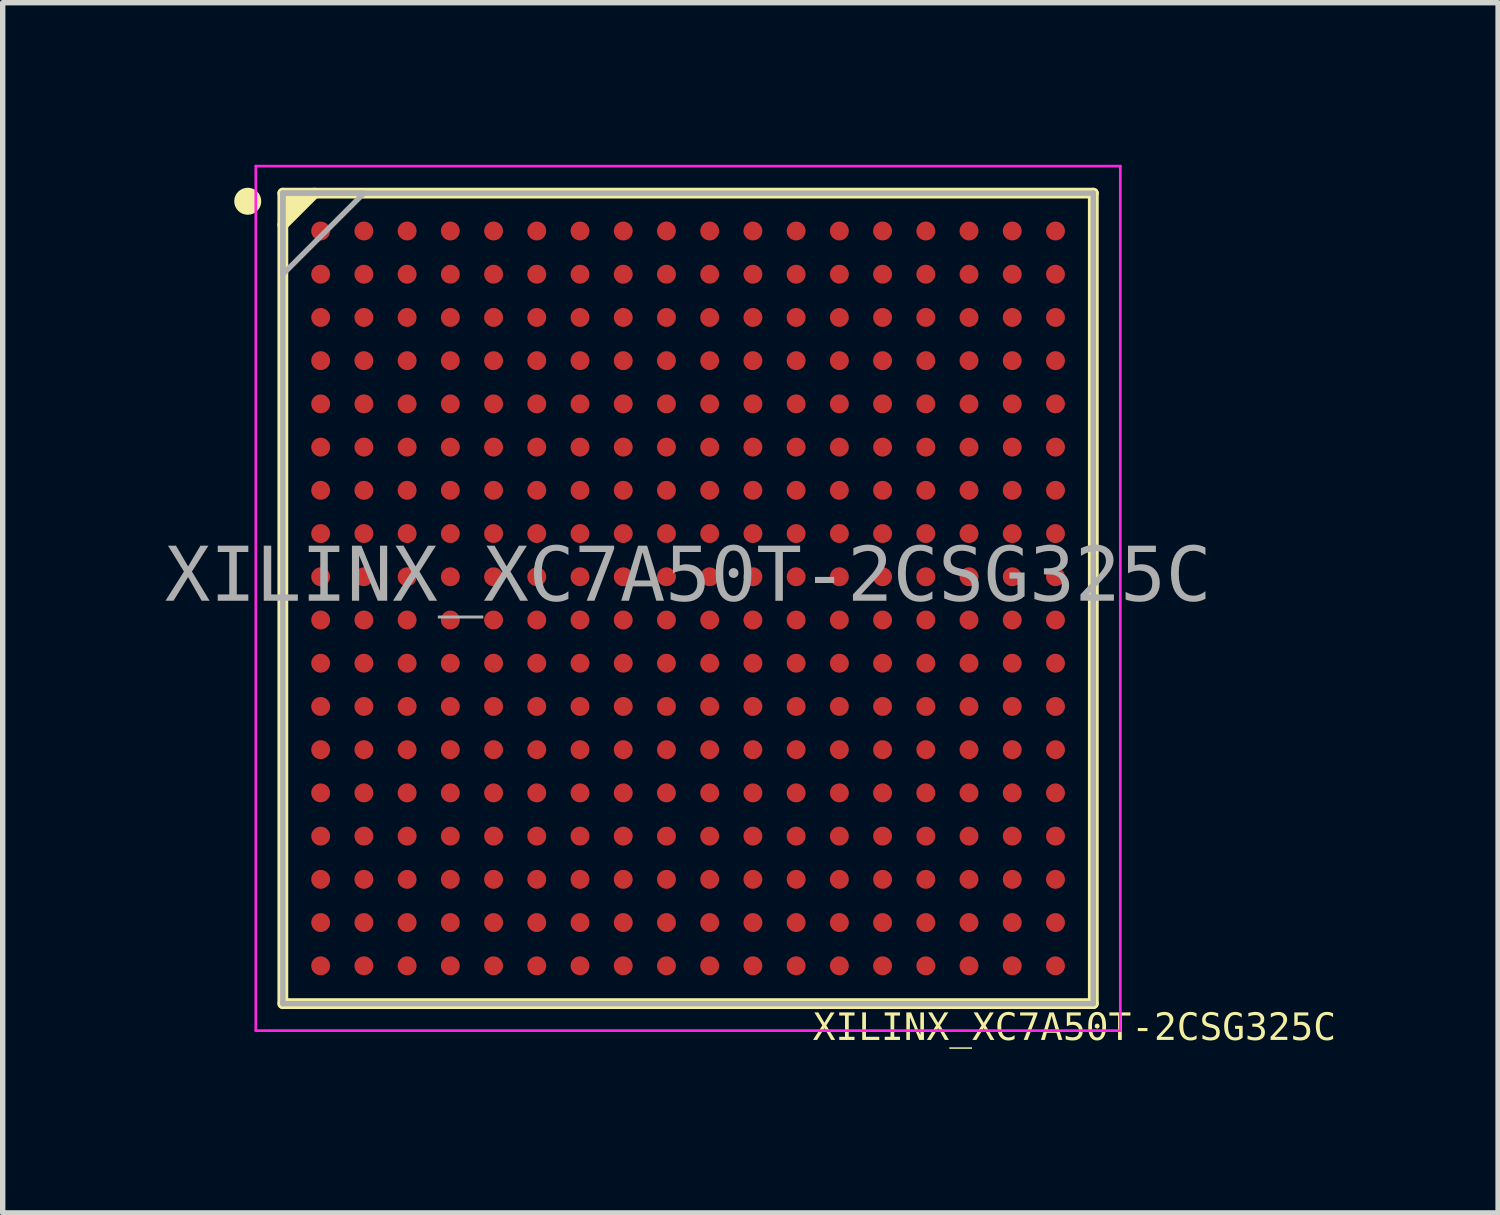
<source format=kicad_pcb>
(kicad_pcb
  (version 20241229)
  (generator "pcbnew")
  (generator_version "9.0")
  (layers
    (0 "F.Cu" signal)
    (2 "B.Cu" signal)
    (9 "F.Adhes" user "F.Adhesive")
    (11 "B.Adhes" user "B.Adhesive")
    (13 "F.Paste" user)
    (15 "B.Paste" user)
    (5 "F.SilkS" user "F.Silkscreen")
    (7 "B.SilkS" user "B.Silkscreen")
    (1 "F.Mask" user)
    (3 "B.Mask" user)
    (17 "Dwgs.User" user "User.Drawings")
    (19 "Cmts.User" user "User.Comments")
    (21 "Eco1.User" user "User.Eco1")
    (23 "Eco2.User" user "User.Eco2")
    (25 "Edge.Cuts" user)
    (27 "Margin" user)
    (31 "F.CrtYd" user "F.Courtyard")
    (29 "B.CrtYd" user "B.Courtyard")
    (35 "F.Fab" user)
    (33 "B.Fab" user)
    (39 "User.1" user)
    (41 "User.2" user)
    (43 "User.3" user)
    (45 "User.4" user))
  (footprint "XILINX_XC7A50T-2CSG325C"
    (layer "F.Cu")
    (at 9.685 8.025)
    (property "Reference" "XILINX_XC7A50T-2CSG325C" (at 7.15 7.965 0) (unlocked yes) (layer "F.SilkS") (effects (font (face "Consolas") (size 0.5 0.5) (thickness 0.125))))
    (fp_line (start -7.5 -7.5) (end -7.5 7.5) (stroke (width 0.2) (type solid)) (layer "F.SilkS"))
    (fp_line (start -7.5 -7.5) (end 7.5 -7.5) (stroke (width 0.2) (type solid)) (layer "F.SilkS"))
    (fp_line (start -7.5 7.5) (end 7.5 7.5) (stroke (width 0.2) (type solid)) (layer "F.SilkS"))
    (fp_line (start -6.913 -7.5) (end -7.5 -6.913) (stroke (width 0.2) (type solid)) (layer "F.SilkS"))
    (fp_line (start 7.5 -7.5) (end 7.5 7.5) (stroke (width 0.2) (type solid)) (layer "F.SilkS"))
    (fp_circle (center -8.15 -7.35) (end -8.025 -7.35) (stroke (width 0.25) (type solid)) (fill no) (layer "F.SilkS"))
    (fp_poly (pts (xy -6.913 -7.5) (xy -7.5 -6.913) (xy -7.5 -7.5)) (stroke (width 0) (type default)) (fill yes) (layer "F.SilkS"))
    (fp_line (start -8 -8) (end -8 8) (stroke (width 0.05) (type solid)) (layer "F.CrtYd"))
    (fp_line (start -8 -8) (end 8 -8) (stroke (width 0.05) (type solid)) (layer "F.CrtYd"))
    (fp_line (start -8 8) (end 8 8) (stroke (width 0.05) (type solid)) (layer "F.CrtYd"))
    (fp_line (start 8 -8) (end 8 8) (stroke (width 0.05) (type solid)) (layer "F.CrtYd"))
    (fp_line (start -7.5 -7.5) (end -7.5 7.5) (stroke (width 0.1) (type solid)) (layer "F.Fab"))
    (fp_line (start -7.5 -7.5) (end 7.5 -7.5) (stroke (width 0.1) (type solid)) (layer "F.Fab"))
    (fp_line (start -7.5 7.5) (end 7.5 7.5) (stroke (width 0.1) (type solid)) (layer "F.Fab"))
    (fp_line (start 7.5 -7.5) (end 7.5 7.5) (stroke (width 0.1) (type solid)) (layer "F.Fab"))
    (fp_poly (pts (xy -7.5 -6) (xy -6 -7.5) (xy -7.5 -7.5)) (stroke (width 0.1) (type default)) (fill no) (layer "F.Fab"))
    (fp_line (start -0.5 0) (end 0.5 0) (stroke (width 0.1) (type solid)) (layer "User.1"))
    (fp_line (start 0 -0.5) (end 0 0.5) (stroke (width 0.1) (type solid)) (layer "User.1"))
    (fp_text user "${REFERENCE}" (at 0 -0.371 0) (unlocked yes) (layer "F.Fab") (effects (font (face "Consolas") (size 1 1) (thickness 0.254))))
    (pad "A1" smd circle (at -6.8 -6.8) (size 0.35 0.35) (layers "F.Cu" "F.Mask" "F.Paste"))
    (pad "A2" smd circle (at -6 -6.8) (size 0.35 0.35) (layers "F.Cu" "F.Mask" "F.Paste"))
    (pad "A3" smd circle (at -5.2 -6.8) (size 0.35 0.35) (layers "F.Cu" "F.Mask" "F.Paste"))
    (pad "A4" smd circle (at -4.4 -6.8) (size 0.35 0.35) (layers "F.Cu" "F.Mask" "F.Paste"))
    (pad "A5" smd circle (at -3.6 -6.8) (size 0.35 0.35) (layers "F.Cu" "F.Mask" "F.Paste"))
    (pad "A6" smd circle (at -2.8 -6.8) (size 0.35 0.35) (layers "F.Cu" "F.Mask" "F.Paste"))
    (pad "A7" smd circle (at -2 -6.8) (size 0.35 0.35) (layers "F.Cu" "F.Mask" "F.Paste"))
    (pad "A8" smd circle (at -1.2 -6.8) (size 0.35 0.35) (layers "F.Cu" "F.Mask" "F.Paste"))
    (pad "A9" smd circle (at -0.4 -6.8) (size 0.35 0.35) (layers "F.Cu" "F.Mask" "F.Paste"))
    (pad "A10" smd circle (at 0.4 -6.8) (size 0.35 0.35) (layers "F.Cu" "F.Mask" "F.Paste"))
    (pad "A11" smd circle (at 1.2 -6.8) (size 0.35 0.35) (layers "F.Cu" "F.Mask" "F.Paste"))
    (pad "A12" smd circle (at 2 -6.8) (size 0.35 0.35) (layers "F.Cu" "F.Mask" "F.Paste"))
    (pad "A13" smd circle (at 2.8 -6.8) (size 0.35 0.35) (layers "F.Cu" "F.Mask" "F.Paste"))
    (pad "A14" smd circle (at 3.6 -6.8) (size 0.35 0.35) (layers "F.Cu" "F.Mask" "F.Paste"))
    (pad "A15" smd circle (at 4.4 -6.8) (size 0.35 0.35) (layers "F.Cu" "F.Mask" "F.Paste"))
    (pad "A16" smd circle (at 5.2 -6.8) (size 0.35 0.35) (layers "F.Cu" "F.Mask" "F.Paste"))
    (pad "A17" smd circle (at 6 -6.8) (size 0.35 0.35) (layers "F.Cu" "F.Mask" "F.Paste"))
    (pad "A18" smd circle (at 6.8 -6.8) (size 0.35 0.35) (layers "F.Cu" "F.Mask" "F.Paste"))
    (pad "B1" smd circle (at -6.8 -6) (size 0.35 0.35) (layers "F.Cu" "F.Mask" "F.Paste"))
    (pad "B2" smd circle (at -6 -6) (size 0.35 0.35) (layers "F.Cu" "F.Mask" "F.Paste"))
    (pad "B3" smd circle (at -5.2 -6) (size 0.35 0.35) (layers "F.Cu" "F.Mask" "F.Paste"))
    (pad "B4" smd circle (at -4.4 -6) (size 0.35 0.35) (layers "F.Cu" "F.Mask" "F.Paste"))
    (pad "B5" smd circle (at -3.6 -6) (size 0.35 0.35) (layers "F.Cu" "F.Mask" "F.Paste"))
    (pad "B6" smd circle (at -2.8 -6) (size 0.35 0.35) (layers "F.Cu" "F.Mask" "F.Paste"))
    (pad "B7" smd circle (at -2 -6) (size 0.35 0.35) (layers "F.Cu" "F.Mask" "F.Paste"))
    (pad "B8" smd circle (at -1.2 -6) (size 0.35 0.35) (layers "F.Cu" "F.Mask" "F.Paste"))
    (pad "B9" smd circle (at -0.4 -6) (size 0.35 0.35) (layers "F.Cu" "F.Mask" "F.Paste"))
    (pad "B10" smd circle (at 0.4 -6) (size 0.35 0.35) (layers "F.Cu" "F.Mask" "F.Paste"))
    (pad "B11" smd circle (at 1.2 -6) (size 0.35 0.35) (layers "F.Cu" "F.Mask" "F.Paste"))
    (pad "B12" smd circle (at 2 -6) (size 0.35 0.35) (layers "F.Cu" "F.Mask" "F.Paste"))
    (pad "B13" smd circle (at 2.8 -6) (size 0.35 0.35) (layers "F.Cu" "F.Mask" "F.Paste"))
    (pad "B14" smd circle (at 3.6 -6) (size 0.35 0.35) (layers "F.Cu" "F.Mask" "F.Paste"))
    (pad "B15" smd circle (at 4.4 -6) (size 0.35 0.35) (layers "F.Cu" "F.Mask" "F.Paste"))
    (pad "B16" smd circle (at 5.2 -6) (size 0.35 0.35) (layers "F.Cu" "F.Mask" "F.Paste"))
    (pad "B17" smd circle (at 6 -6) (size 0.35 0.35) (layers "F.Cu" "F.Mask" "F.Paste"))
    (pad "B18" smd circle (at 6.8 -6) (size 0.35 0.35) (layers "F.Cu" "F.Mask" "F.Paste"))
    (pad "C1" smd circle (at -6.8 -5.2) (size 0.35 0.35) (layers "F.Cu" "F.Mask" "F.Paste"))
    (pad "C2" smd circle (at -6 -5.2) (size 0.35 0.35) (layers "F.Cu" "F.Mask" "F.Paste"))
    (pad "C3" smd circle (at -5.2 -5.2) (size 0.35 0.35) (layers "F.Cu" "F.Mask" "F.Paste"))
    (pad "C4" smd circle (at -4.4 -5.2) (size 0.35 0.35) (layers "F.Cu" "F.Mask" "F.Paste"))
    (pad "C5" smd circle (at -3.6 -5.2) (size 0.35 0.35) (layers "F.Cu" "F.Mask" "F.Paste"))
    (pad "C6" smd circle (at -2.8 -5.2) (size 0.35 0.35) (layers "F.Cu" "F.Mask" "F.Paste"))
    (pad "C7" smd circle (at -2 -5.2) (size 0.35 0.35) (layers "F.Cu" "F.Mask" "F.Paste"))
    (pad "C8" smd circle (at -1.2 -5.2) (size 0.35 0.35) (layers "F.Cu" "F.Mask" "F.Paste"))
    (pad "C9" smd circle (at -0.4 -5.2) (size 0.35 0.35) (layers "F.Cu" "F.Mask" "F.Paste"))
    (pad "C10" smd circle (at 0.4 -5.2) (size 0.35 0.35) (layers "F.Cu" "F.Mask" "F.Paste"))
    (pad "C11" smd circle (at 1.2 -5.2) (size 0.35 0.35) (layers "F.Cu" "F.Mask" "F.Paste"))
    (pad "C12" smd circle (at 2 -5.2) (size 0.35 0.35) (layers "F.Cu" "F.Mask" "F.Paste"))
    (pad "C13" smd circle (at 2.8 -5.2) (size 0.35 0.35) (layers "F.Cu" "F.Mask" "F.Paste"))
    (pad "C14" smd circle (at 3.6 -5.2) (size 0.35 0.35) (layers "F.Cu" "F.Mask" "F.Paste"))
    (pad "C15" smd circle (at 4.4 -5.2) (size 0.35 0.35) (layers "F.Cu" "F.Mask" "F.Paste"))
    (pad "C16" smd circle (at 5.2 -5.2) (size 0.35 0.35) (layers "F.Cu" "F.Mask" "F.Paste"))
    (pad "C17" smd circle (at 6 -5.2) (size 0.35 0.35) (layers "F.Cu" "F.Mask" "F.Paste"))
    (pad "C18" smd circle (at 6.8 -5.2) (size 0.35 0.35) (layers "F.Cu" "F.Mask" "F.Paste"))
    (pad "D1" smd circle (at -6.8 -4.4) (size 0.35 0.35) (layers "F.Cu" "F.Mask" "F.Paste"))
    (pad "D2" smd circle (at -6 -4.4) (size 0.35 0.35) (layers "F.Cu" "F.Mask" "F.Paste"))
    (pad "D3" smd circle (at -5.2 -4.4) (size 0.35 0.35) (layers "F.Cu" "F.Mask" "F.Paste"))
    (pad "D4" smd circle (at -4.4 -4.4) (size 0.35 0.35) (layers "F.Cu" "F.Mask" "F.Paste"))
    (pad "D5" smd circle (at -3.6 -4.4) (size 0.35 0.35) (layers "F.Cu" "F.Mask" "F.Paste"))
    (pad "D6" smd circle (at -2.8 -4.4) (size 0.35 0.35) (layers "F.Cu" "F.Mask" "F.Paste"))
    (pad "D7" smd circle (at -2 -4.4) (size 0.35 0.35) (layers "F.Cu" "F.Mask" "F.Paste"))
    (pad "D8" smd circle (at -1.2 -4.4) (size 0.35 0.35) (layers "F.Cu" "F.Mask" "F.Paste"))
    (pad "D9" smd circle (at -0.4 -4.4) (size 0.35 0.35) (layers "F.Cu" "F.Mask" "F.Paste"))
    (pad "D10" smd circle (at 0.4 -4.4) (size 0.35 0.35) (layers "F.Cu" "F.Mask" "F.Paste"))
    (pad "D11" smd circle (at 1.2 -4.4) (size 0.35 0.35) (layers "F.Cu" "F.Mask" "F.Paste"))
    (pad "D12" smd circle (at 2 -4.4) (size 0.35 0.35) (layers "F.Cu" "F.Mask" "F.Paste"))
    (pad "D13" smd circle (at 2.8 -4.4) (size 0.35 0.35) (layers "F.Cu" "F.Mask" "F.Paste"))
    (pad "D14" smd circle (at 3.6 -4.4) (size 0.35 0.35) (layers "F.Cu" "F.Mask" "F.Paste"))
    (pad "D15" smd circle (at 4.4 -4.4) (size 0.35 0.35) (layers "F.Cu" "F.Mask" "F.Paste"))
    (pad "D16" smd circle (at 5.2 -4.4) (size 0.35 0.35) (layers "F.Cu" "F.Mask" "F.Paste"))
    (pad "D17" smd circle (at 6 -4.4) (size 0.35 0.35) (layers "F.Cu" "F.Mask" "F.Paste"))
    (pad "D18" smd circle (at 6.8 -4.4) (size 0.35 0.35) (layers "F.Cu" "F.Mask" "F.Paste"))
    (pad "E1" smd circle (at -6.8 -3.6) (size 0.35 0.35) (layers "F.Cu" "F.Mask" "F.Paste"))
    (pad "E2" smd circle (at -6 -3.6) (size 0.35 0.35) (layers "F.Cu" "F.Mask" "F.Paste"))
    (pad "E3" smd circle (at -5.2 -3.6) (size 0.35 0.35) (layers "F.Cu" "F.Mask" "F.Paste"))
    (pad "E4" smd circle (at -4.4 -3.6) (size 0.35 0.35) (layers "F.Cu" "F.Mask" "F.Paste"))
    (pad "E5" smd circle (at -3.6 -3.6) (size 0.35 0.35) (layers "F.Cu" "F.Mask" "F.Paste"))
    (pad "E6" smd circle (at -2.8 -3.6) (size 0.35 0.35) (layers "F.Cu" "F.Mask" "F.Paste"))
    (pad "E7" smd circle (at -2 -3.6) (size 0.35 0.35) (layers "F.Cu" "F.Mask" "F.Paste"))
    (pad "E8" smd circle (at -1.2 -3.6) (size 0.35 0.35) (layers "F.Cu" "F.Mask" "F.Paste"))
    (pad "E9" smd circle (at -0.4 -3.6) (size 0.35 0.35) (layers "F.Cu" "F.Mask" "F.Paste"))
    (pad "E10" smd circle (at 0.4 -3.6) (size 0.35 0.35) (layers "F.Cu" "F.Mask" "F.Paste"))
    (pad "E11" smd circle (at 1.2 -3.6) (size 0.35 0.35) (layers "F.Cu" "F.Mask" "F.Paste"))
    (pad "E12" smd circle (at 2 -3.6) (size 0.35 0.35) (layers "F.Cu" "F.Mask" "F.Paste"))
    (pad "E13" smd circle (at 2.8 -3.6) (size 0.35 0.35) (layers "F.Cu" "F.Mask" "F.Paste"))
    (pad "E14" smd circle (at 3.6 -3.6) (size 0.35 0.35) (layers "F.Cu" "F.Mask" "F.Paste"))
    (pad "E15" smd circle (at 4.4 -3.6) (size 0.35 0.35) (layers "F.Cu" "F.Mask" "F.Paste"))
    (pad "E16" smd circle (at 5.2 -3.6) (size 0.35 0.35) (layers "F.Cu" "F.Mask" "F.Paste"))
    (pad "E17" smd circle (at 6 -3.6) (size 0.35 0.35) (layers "F.Cu" "F.Mask" "F.Paste"))
    (pad "E18" smd circle (at 6.8 -3.6) (size 0.35 0.35) (layers "F.Cu" "F.Mask" "F.Paste"))
    (pad "F1" smd circle (at -6.8 -2.8) (size 0.35 0.35) (layers "F.Cu" "F.Mask" "F.Paste"))
    (pad "F2" smd circle (at -6 -2.8) (size 0.35 0.35) (layers "F.Cu" "F.Mask" "F.Paste"))
    (pad "F3" smd circle (at -5.2 -2.8) (size 0.35 0.35) (layers "F.Cu" "F.Mask" "F.Paste"))
    (pad "F4" smd circle (at -4.4 -2.8) (size 0.35 0.35) (layers "F.Cu" "F.Mask" "F.Paste"))
    (pad "F5" smd circle (at -3.6 -2.8) (size 0.35 0.35) (layers "F.Cu" "F.Mask" "F.Paste"))
    (pad "F6" smd circle (at -2.8 -2.8) (size 0.35 0.35) (layers "F.Cu" "F.Mask" "F.Paste"))
    (pad "F7" smd circle (at -2 -2.8) (size 0.35 0.35) (layers "F.Cu" "F.Mask" "F.Paste"))
    (pad "F8" smd circle (at -1.2 -2.8) (size 0.35 0.35) (layers "F.Cu" "F.Mask" "F.Paste"))
    (pad "F9" smd circle (at -0.4 -2.8) (size 0.35 0.35) (layers "F.Cu" "F.Mask" "F.Paste"))
    (pad "F10" smd circle (at 0.4 -2.8) (size 0.35 0.35) (layers "F.Cu" "F.Mask" "F.Paste"))
    (pad "F11" smd circle (at 1.2 -2.8) (size 0.35 0.35) (layers "F.Cu" "F.Mask" "F.Paste"))
    (pad "F12" smd circle (at 2 -2.8) (size 0.35 0.35) (layers "F.Cu" "F.Mask" "F.Paste"))
    (pad "F13" smd circle (at 2.8 -2.8) (size 0.35 0.35) (layers "F.Cu" "F.Mask" "F.Paste"))
    (pad "F14" smd circle (at 3.6 -2.8) (size 0.35 0.35) (layers "F.Cu" "F.Mask" "F.Paste"))
    (pad "F15" smd circle (at 4.4 -2.8) (size 0.35 0.35) (layers "F.Cu" "F.Mask" "F.Paste"))
    (pad "F16" smd circle (at 5.2 -2.8) (size 0.35 0.35) (layers "F.Cu" "F.Mask" "F.Paste"))
    (pad "F17" smd circle (at 6 -2.8) (size 0.35 0.35) (layers "F.Cu" "F.Mask" "F.Paste"))
    (pad "F18" smd circle (at 6.8 -2.8) (size 0.35 0.35) (layers "F.Cu" "F.Mask" "F.Paste"))
    (pad "G1" smd circle (at -6.8 -2) (size 0.35 0.35) (layers "F.Cu" "F.Mask" "F.Paste"))
    (pad "G2" smd circle (at -6 -2) (size 0.35 0.35) (layers "F.Cu" "F.Mask" "F.Paste"))
    (pad "G3" smd circle (at -5.2 -2) (size 0.35 0.35) (layers "F.Cu" "F.Mask" "F.Paste"))
    (pad "G4" smd circle (at -4.4 -2) (size 0.35 0.35) (layers "F.Cu" "F.Mask" "F.Paste"))
    (pad "G5" smd circle (at -3.6 -2) (size 0.35 0.35) (layers "F.Cu" "F.Mask" "F.Paste"))
    (pad "G6" smd circle (at -2.8 -2) (size 0.35 0.35) (layers "F.Cu" "F.Mask" "F.Paste"))
    (pad "G7" smd circle (at -2 -2) (size 0.35 0.35) (layers "F.Cu" "F.Mask" "F.Paste"))
    (pad "G8" smd circle (at -1.2 -2) (size 0.35 0.35) (layers "F.Cu" "F.Mask" "F.Paste"))
    (pad "G9" smd circle (at -0.4 -2) (size 0.35 0.35) (layers "F.Cu" "F.Mask" "F.Paste"))
    (pad "G10" smd circle (at 0.4 -2) (size 0.35 0.35) (layers "F.Cu" "F.Mask" "F.Paste"))
    (pad "G11" smd circle (at 1.2 -2) (size 0.35 0.35) (layers "F.Cu" "F.Mask" "F.Paste"))
    (pad "G12" smd circle (at 2 -2) (size 0.35 0.35) (layers "F.Cu" "F.Mask" "F.Paste"))
    (pad "G13" smd circle (at 2.8 -2) (size 0.35 0.35) (layers "F.Cu" "F.Mask" "F.Paste"))
    (pad "G14" smd circle (at 3.6 -2) (size 0.35 0.35) (layers "F.Cu" "F.Mask" "F.Paste"))
    (pad "G15" smd circle (at 4.4 -2) (size 0.35 0.35) (layers "F.Cu" "F.Mask" "F.Paste"))
    (pad "G16" smd circle (at 5.2 -2) (size 0.35 0.35) (layers "F.Cu" "F.Mask" "F.Paste"))
    (pad "G17" smd circle (at 6 -2) (size 0.35 0.35) (layers "F.Cu" "F.Mask" "F.Paste"))
    (pad "G18" smd circle (at 6.8 -2) (size 0.35 0.35) (layers "F.Cu" "F.Mask" "F.Paste"))
    (pad "H1" smd circle (at -6.8 -1.2) (size 0.35 0.35) (layers "F.Cu" "F.Mask" "F.Paste"))
    (pad "H2" smd circle (at -6 -1.2) (size 0.35 0.35) (layers "F.Cu" "F.Mask" "F.Paste"))
    (pad "H3" smd circle (at -5.2 -1.2) (size 0.35 0.35) (layers "F.Cu" "F.Mask" "F.Paste"))
    (pad "H4" smd circle (at -4.4 -1.2) (size 0.35 0.35) (layers "F.Cu" "F.Mask" "F.Paste"))
    (pad "H5" smd circle (at -3.6 -1.2) (size 0.35 0.35) (layers "F.Cu" "F.Mask" "F.Paste"))
    (pad "H6" smd circle (at -2.8 -1.2) (size 0.35 0.35) (layers "F.Cu" "F.Mask" "F.Paste"))
    (pad "H7" smd circle (at -2 -1.2) (size 0.35 0.35) (layers "F.Cu" "F.Mask" "F.Paste"))
    (pad "H8" smd circle (at -1.2 -1.2) (size 0.35 0.35) (layers "F.Cu" "F.Mask" "F.Paste"))
    (pad "H9" smd circle (at -0.4 -1.2) (size 0.35 0.35) (layers "F.Cu" "F.Mask" "F.Paste"))
    (pad "H10" smd circle (at 0.4 -1.2) (size 0.35 0.35) (layers "F.Cu" "F.Mask" "F.Paste"))
    (pad "H11" smd circle (at 1.2 -1.2) (size 0.35 0.35) (layers "F.Cu" "F.Mask" "F.Paste"))
    (pad "H12" smd circle (at 2 -1.2) (size 0.35 0.35) (layers "F.Cu" "F.Mask" "F.Paste"))
    (pad "H13" smd circle (at 2.8 -1.2) (size 0.35 0.35) (layers "F.Cu" "F.Mask" "F.Paste"))
    (pad "H14" smd circle (at 3.6 -1.2) (size 0.35 0.35) (layers "F.Cu" "F.Mask" "F.Paste"))
    (pad "H15" smd circle (at 4.4 -1.2) (size 0.35 0.35) (layers "F.Cu" "F.Mask" "F.Paste"))
    (pad "H16" smd circle (at 5.2 -1.2) (size 0.35 0.35) (layers "F.Cu" "F.Mask" "F.Paste"))
    (pad "H17" smd circle (at 6 -1.2) (size 0.35 0.35) (layers "F.Cu" "F.Mask" "F.Paste"))
    (pad "H18" smd circle (at 6.8 -1.2) (size 0.35 0.35) (layers "F.Cu" "F.Mask" "F.Paste"))
    (pad "J1" smd circle (at -6.8 -0.4) (size 0.35 0.35) (layers "F.Cu" "F.Mask" "F.Paste"))
    (pad "J2" smd circle (at -6 -0.4) (size 0.35 0.35) (layers "F.Cu" "F.Mask" "F.Paste"))
    (pad "J3" smd circle (at -5.2 -0.4) (size 0.35 0.35) (layers "F.Cu" "F.Mask" "F.Paste"))
    (pad "J4" smd circle (at -4.4 -0.4) (size 0.35 0.35) (layers "F.Cu" "F.Mask" "F.Paste"))
    (pad "J5" smd circle (at -3.6 -0.4) (size 0.35 0.35) (layers "F.Cu" "F.Mask" "F.Paste"))
    (pad "J6" smd circle (at -2.8 -0.4) (size 0.35 0.35) (layers "F.Cu" "F.Mask" "F.Paste"))
    (pad "J7" smd circle (at -2 -0.4) (size 0.35 0.35) (layers "F.Cu" "F.Mask" "F.Paste"))
    (pad "J8" smd circle (at -1.2 -0.4) (size 0.35 0.35) (layers "F.Cu" "F.Mask" "F.Paste"))
    (pad "J9" smd circle (at -0.4 -0.4) (size 0.35 0.35) (layers "F.Cu" "F.Mask" "F.Paste"))
    (pad "J10" smd circle (at 0.4 -0.4) (size 0.35 0.35) (layers "F.Cu" "F.Mask" "F.Paste"))
    (pad "J11" smd circle (at 1.2 -0.4) (size 0.35 0.35) (layers "F.Cu" "F.Mask" "F.Paste"))
    (pad "J12" smd circle (at 2 -0.4) (size 0.35 0.35) (layers "F.Cu" "F.Mask" "F.Paste"))
    (pad "J13" smd circle (at 2.8 -0.4) (size 0.35 0.35) (layers "F.Cu" "F.Mask" "F.Paste"))
    (pad "J14" smd circle (at 3.6 -0.4) (size 0.35 0.35) (layers "F.Cu" "F.Mask" "F.Paste"))
    (pad "J15" smd circle (at 4.4 -0.4) (size 0.35 0.35) (layers "F.Cu" "F.Mask" "F.Paste"))
    (pad "J16" smd circle (at 5.2 -0.4) (size 0.35 0.35) (layers "F.Cu" "F.Mask" "F.Paste"))
    (pad "J17" smd circle (at 6 -0.4) (size 0.35 0.35) (layers "F.Cu" "F.Mask" "F.Paste"))
    (pad "J18" smd circle (at 6.8 -0.4) (size 0.35 0.35) (layers "F.Cu" "F.Mask" "F.Paste"))
    (pad "K1" smd circle (at -6.8 0.4) (size 0.35 0.35) (layers "F.Cu" "F.Mask" "F.Paste"))
    (pad "K2" smd circle (at -6 0.4) (size 0.35 0.35) (layers "F.Cu" "F.Mask" "F.Paste"))
    (pad "K3" smd circle (at -5.2 0.4) (size 0.35 0.35) (layers "F.Cu" "F.Mask" "F.Paste"))
    (pad "K4" smd circle (at -4.4 0.4) (size 0.35 0.35) (layers "F.Cu" "F.Mask" "F.Paste"))
    (pad "K5" smd circle (at -3.6 0.4) (size 0.35 0.35) (layers "F.Cu" "F.Mask" "F.Paste"))
    (pad "K6" smd circle (at -2.8 0.4) (size 0.35 0.35) (layers "F.Cu" "F.Mask" "F.Paste"))
    (pad "K7" smd circle (at -2 0.4) (size 0.35 0.35) (layers "F.Cu" "F.Mask" "F.Paste"))
    (pad "K8" smd circle (at -1.2 0.4) (size 0.35 0.35) (layers "F.Cu" "F.Mask" "F.Paste"))
    (pad "K9" smd circle (at -0.4 0.4) (size 0.35 0.35) (layers "F.Cu" "F.Mask" "F.Paste"))
    (pad "K10" smd circle (at 0.4 0.4) (size 0.35 0.35) (layers "F.Cu" "F.Mask" "F.Paste"))
    (pad "K11" smd circle (at 1.2 0.4) (size 0.35 0.35) (layers "F.Cu" "F.Mask" "F.Paste"))
    (pad "K12" smd circle (at 2 0.4) (size 0.35 0.35) (layers "F.Cu" "F.Mask" "F.Paste"))
    (pad "K13" smd circle (at 2.8 0.4) (size 0.35 0.35) (layers "F.Cu" "F.Mask" "F.Paste"))
    (pad "K14" smd circle (at 3.6 0.4) (size 0.35 0.35) (layers "F.Cu" "F.Mask" "F.Paste"))
    (pad "K15" smd circle (at 4.4 0.4) (size 0.35 0.35) (layers "F.Cu" "F.Mask" "F.Paste"))
    (pad "K16" smd circle (at 5.2 0.4) (size 0.35 0.35) (layers "F.Cu" "F.Mask" "F.Paste"))
    (pad "K17" smd circle (at 6 0.4) (size 0.35 0.35) (layers "F.Cu" "F.Mask" "F.Paste"))
    (pad "K18" smd circle (at 6.8 0.4) (size 0.35 0.35) (layers "F.Cu" "F.Mask" "F.Paste"))
    (pad "L1" smd circle (at -6.8 1.2) (size 0.35 0.35) (layers "F.Cu" "F.Mask" "F.Paste"))
    (pad "L2" smd circle (at -6 1.2) (size 0.35 0.35) (layers "F.Cu" "F.Mask" "F.Paste"))
    (pad "L3" smd circle (at -5.2 1.2) (size 0.35 0.35) (layers "F.Cu" "F.Mask" "F.Paste"))
    (pad "L4" smd circle (at -4.4 1.2) (size 0.35 0.35) (layers "F.Cu" "F.Mask" "F.Paste"))
    (pad "L5" smd circle (at -3.6 1.2) (size 0.35 0.35) (layers "F.Cu" "F.Mask" "F.Paste"))
    (pad "L6" smd circle (at -2.8 1.2) (size 0.35 0.35) (layers "F.Cu" "F.Mask" "F.Paste"))
    (pad "L7" smd circle (at -2 1.2) (size 0.35 0.35) (layers "F.Cu" "F.Mask" "F.Paste"))
    (pad "L8" smd circle (at -1.2 1.2) (size 0.35 0.35) (layers "F.Cu" "F.Mask" "F.Paste"))
    (pad "L9" smd circle (at -0.4 1.2) (size 0.35 0.35) (layers "F.Cu" "F.Mask" "F.Paste"))
    (pad "L10" smd circle (at 0.4 1.2) (size 0.35 0.35) (layers "F.Cu" "F.Mask" "F.Paste"))
    (pad "L11" smd circle (at 1.2 1.2) (size 0.35 0.35) (layers "F.Cu" "F.Mask" "F.Paste"))
    (pad "L12" smd circle (at 2 1.2) (size 0.35 0.35) (layers "F.Cu" "F.Mask" "F.Paste"))
    (pad "L13" smd circle (at 2.8 1.2) (size 0.35 0.35) (layers "F.Cu" "F.Mask" "F.Paste"))
    (pad "L14" smd circle (at 3.6 1.2) (size 0.35 0.35) (layers "F.Cu" "F.Mask" "F.Paste"))
    (pad "L15" smd circle (at 4.4 1.2) (size 0.35 0.35) (layers "F.Cu" "F.Mask" "F.Paste"))
    (pad "L16" smd circle (at 5.2 1.2) (size 0.35 0.35) (layers "F.Cu" "F.Mask" "F.Paste"))
    (pad "L17" smd circle (at 6 1.2) (size 0.35 0.35) (layers "F.Cu" "F.Mask" "F.Paste"))
    (pad "L18" smd circle (at 6.8 1.2) (size 0.35 0.35) (layers "F.Cu" "F.Mask" "F.Paste"))
    (pad "M1" smd circle (at -6.8 2) (size 0.35 0.35) (layers "F.Cu" "F.Mask" "F.Paste"))
    (pad "M2" smd circle (at -6 2) (size 0.35 0.35) (layers "F.Cu" "F.Mask" "F.Paste"))
    (pad "M3" smd circle (at -5.2 2) (size 0.35 0.35) (layers "F.Cu" "F.Mask" "F.Paste"))
    (pad "M4" smd circle (at -4.4 2) (size 0.35 0.35) (layers "F.Cu" "F.Mask" "F.Paste"))
    (pad "M5" smd circle (at -3.6 2) (size 0.35 0.35) (layers "F.Cu" "F.Mask" "F.Paste"))
    (pad "M6" smd circle (at -2.8 2) (size 0.35 0.35) (layers "F.Cu" "F.Mask" "F.Paste"))
    (pad "M7" smd circle (at -2 2) (size 0.35 0.35) (layers "F.Cu" "F.Mask" "F.Paste"))
    (pad "M8" smd circle (at -1.2 2) (size 0.35 0.35) (layers "F.Cu" "F.Mask" "F.Paste"))
    (pad "M9" smd circle (at -0.4 2) (size 0.35 0.35) (layers "F.Cu" "F.Mask" "F.Paste"))
    (pad "M10" smd circle (at 0.4 2) (size 0.35 0.35) (layers "F.Cu" "F.Mask" "F.Paste"))
    (pad "M11" smd circle (at 1.2 2) (size 0.35 0.35) (layers "F.Cu" "F.Mask" "F.Paste"))
    (pad "M12" smd circle (at 2 2) (size 0.35 0.35) (layers "F.Cu" "F.Mask" "F.Paste"))
    (pad "M13" smd circle (at 2.8 2) (size 0.35 0.35) (layers "F.Cu" "F.Mask" "F.Paste"))
    (pad "M14" smd circle (at 3.6 2) (size 0.35 0.35) (layers "F.Cu" "F.Mask" "F.Paste"))
    (pad "M15" smd circle (at 4.4 2) (size 0.35 0.35) (layers "F.Cu" "F.Mask" "F.Paste"))
    (pad "M16" smd circle (at 5.2 2) (size 0.35 0.35) (layers "F.Cu" "F.Mask" "F.Paste"))
    (pad "M17" smd circle (at 6 2) (size 0.35 0.35) (layers "F.Cu" "F.Mask" "F.Paste"))
    (pad "M18" smd circle (at 6.8 2) (size 0.35 0.35) (layers "F.Cu" "F.Mask" "F.Paste"))
    (pad "N1" smd circle (at -6.8 2.8) (size 0.35 0.35) (layers "F.Cu" "F.Mask" "F.Paste"))
    (pad "N2" smd circle (at -6 2.8) (size 0.35 0.35) (layers "F.Cu" "F.Mask" "F.Paste"))
    (pad "N3" smd circle (at -5.2 2.8) (size 0.35 0.35) (layers "F.Cu" "F.Mask" "F.Paste"))
    (pad "N4" smd circle (at -4.4 2.8) (size 0.35 0.35) (layers "F.Cu" "F.Mask" "F.Paste"))
    (pad "N5" smd circle (at -3.6 2.8) (size 0.35 0.35) (layers "F.Cu" "F.Mask" "F.Paste"))
    (pad "N6" smd circle (at -2.8 2.8) (size 0.35 0.35) (layers "F.Cu" "F.Mask" "F.Paste"))
    (pad "N7" smd circle (at -2 2.8) (size 0.35 0.35) (layers "F.Cu" "F.Mask" "F.Paste"))
    (pad "N8" smd circle (at -1.2 2.8) (size 0.35 0.35) (layers "F.Cu" "F.Mask" "F.Paste"))
    (pad "N9" smd circle (at -0.4 2.8) (size 0.35 0.35) (layers "F.Cu" "F.Mask" "F.Paste"))
    (pad "N10" smd circle (at 0.4 2.8) (size 0.35 0.35) (layers "F.Cu" "F.Mask" "F.Paste"))
    (pad "N11" smd circle (at 1.2 2.8) (size 0.35 0.35) (layers "F.Cu" "F.Mask" "F.Paste"))
    (pad "N12" smd circle (at 2 2.8) (size 0.35 0.35) (layers "F.Cu" "F.Mask" "F.Paste"))
    (pad "N13" smd circle (at 2.8 2.8) (size 0.35 0.35) (layers "F.Cu" "F.Mask" "F.Paste"))
    (pad "N14" smd circle (at 3.6 2.8) (size 0.35 0.35) (layers "F.Cu" "F.Mask" "F.Paste"))
    (pad "N15" smd circle (at 4.4 2.8) (size 0.35 0.35) (layers "F.Cu" "F.Mask" "F.Paste"))
    (pad "N16" smd circle (at 5.2 2.8) (size 0.35 0.35) (layers "F.Cu" "F.Mask" "F.Paste"))
    (pad "N17" smd circle (at 6 2.8) (size 0.35 0.35) (layers "F.Cu" "F.Mask" "F.Paste"))
    (pad "N18" smd circle (at 6.8 2.8) (size 0.35 0.35) (layers "F.Cu" "F.Mask" "F.Paste"))
    (pad "P1" smd circle (at -6.8 3.6) (size 0.35 0.35) (layers "F.Cu" "F.Mask" "F.Paste"))
    (pad "P2" smd circle (at -6 3.6) (size 0.35 0.35) (layers "F.Cu" "F.Mask" "F.Paste"))
    (pad "P3" smd circle (at -5.2 3.6) (size 0.35 0.35) (layers "F.Cu" "F.Mask" "F.Paste"))
    (pad "P4" smd circle (at -4.4 3.6) (size 0.35 0.35) (layers "F.Cu" "F.Mask" "F.Paste"))
    (pad "P5" smd circle (at -3.6 3.6) (size 0.35 0.35) (layers "F.Cu" "F.Mask" "F.Paste"))
    (pad "P6" smd circle (at -2.8 3.6) (size 0.35 0.35) (layers "F.Cu" "F.Mask" "F.Paste"))
    (pad "P7" smd circle (at -2 3.6) (size 0.35 0.35) (layers "F.Cu" "F.Mask" "F.Paste"))
    (pad "P8" smd circle (at -1.2 3.6) (size 0.35 0.35) (layers "F.Cu" "F.Mask" "F.Paste"))
    (pad "P9" smd circle (at -0.4 3.6) (size 0.35 0.35) (layers "F.Cu" "F.Mask" "F.Paste"))
    (pad "P10" smd circle (at 0.4 3.6) (size 0.35 0.35) (layers "F.Cu" "F.Mask" "F.Paste"))
    (pad "P11" smd circle (at 1.2 3.6) (size 0.35 0.35) (layers "F.Cu" "F.Mask" "F.Paste"))
    (pad "P12" smd circle (at 2 3.6) (size 0.35 0.35) (layers "F.Cu" "F.Mask" "F.Paste"))
    (pad "P13" smd circle (at 2.8 3.6) (size 0.35 0.35) (layers "F.Cu" "F.Mask" "F.Paste"))
    (pad "P14" smd circle (at 3.6 3.6) (size 0.35 0.35) (layers "F.Cu" "F.Mask" "F.Paste"))
    (pad "P15" smd circle (at 4.4 3.6) (size 0.35 0.35) (layers "F.Cu" "F.Mask" "F.Paste"))
    (pad "P16" smd circle (at 5.2 3.6) (size 0.35 0.35) (layers "F.Cu" "F.Mask" "F.Paste"))
    (pad "P17" smd circle (at 6 3.6) (size 0.35 0.35) (layers "F.Cu" "F.Mask" "F.Paste"))
    (pad "P18" smd circle (at 6.8 3.6) (size 0.35 0.35) (layers "F.Cu" "F.Mask" "F.Paste"))
    (pad "R1" smd circle (at -6.8 4.4) (size 0.35 0.35) (layers "F.Cu" "F.Mask" "F.Paste"))
    (pad "R2" smd circle (at -6 4.4) (size 0.35 0.35) (layers "F.Cu" "F.Mask" "F.Paste"))
    (pad "R3" smd circle (at -5.2 4.4) (size 0.35 0.35) (layers "F.Cu" "F.Mask" "F.Paste"))
    (pad "R4" smd circle (at -4.4 4.4) (size 0.35 0.35) (layers "F.Cu" "F.Mask" "F.Paste"))
    (pad "R5" smd circle (at -3.6 4.4) (size 0.35 0.35) (layers "F.Cu" "F.Mask" "F.Paste"))
    (pad "R6" smd circle (at -2.8 4.4) (size 0.35 0.35) (layers "F.Cu" "F.Mask" "F.Paste"))
    (pad "R7" smd circle (at -2 4.4) (size 0.35 0.35) (layers "F.Cu" "F.Mask" "F.Paste"))
    (pad "R8" smd circle (at -1.2 4.4) (size 0.35 0.35) (layers "F.Cu" "F.Mask" "F.Paste"))
    (pad "R9" smd circle (at -0.4 4.4) (size 0.35 0.35) (layers "F.Cu" "F.Mask" "F.Paste"))
    (pad "R10" smd circle (at 0.4 4.4) (size 0.35 0.35) (layers "F.Cu" "F.Mask" "F.Paste"))
    (pad "R11" smd circle (at 1.2 4.4) (size 0.35 0.35) (layers "F.Cu" "F.Mask" "F.Paste"))
    (pad "R12" smd circle (at 2 4.4) (size 0.35 0.35) (layers "F.Cu" "F.Mask" "F.Paste"))
    (pad "R13" smd circle (at 2.8 4.4) (size 0.35 0.35) (layers "F.Cu" "F.Mask" "F.Paste"))
    (pad "R14" smd circle (at 3.6 4.4) (size 0.35 0.35) (layers "F.Cu" "F.Mask" "F.Paste"))
    (pad "R15" smd circle (at 4.4 4.4) (size 0.35 0.35) (layers "F.Cu" "F.Mask" "F.Paste"))
    (pad "R16" smd circle (at 5.2 4.4) (size 0.35 0.35) (layers "F.Cu" "F.Mask" "F.Paste"))
    (pad "R17" smd circle (at 6 4.4) (size 0.35 0.35) (layers "F.Cu" "F.Mask" "F.Paste"))
    (pad "R18" smd circle (at 6.8 4.4) (size 0.35 0.35) (layers "F.Cu" "F.Mask" "F.Paste"))
    (pad "T1" smd circle (at -6.8 5.2) (size 0.35 0.35) (layers "F.Cu" "F.Mask" "F.Paste"))
    (pad "T2" smd circle (at -6 5.2) (size 0.35 0.35) (layers "F.Cu" "F.Mask" "F.Paste"))
    (pad "T3" smd circle (at -5.2 5.2) (size 0.35 0.35) (layers "F.Cu" "F.Mask" "F.Paste"))
    (pad "T4" smd circle (at -4.4 5.2) (size 0.35 0.35) (layers "F.Cu" "F.Mask" "F.Paste"))
    (pad "T5" smd circle (at -3.6 5.2) (size 0.35 0.35) (layers "F.Cu" "F.Mask" "F.Paste"))
    (pad "T6" smd circle (at -2.8 5.2) (size 0.35 0.35) (layers "F.Cu" "F.Mask" "F.Paste"))
    (pad "T7" smd circle (at -2 5.2) (size 0.35 0.35) (layers "F.Cu" "F.Mask" "F.Paste"))
    (pad "T8" smd circle (at -1.2 5.2) (size 0.35 0.35) (layers "F.Cu" "F.Mask" "F.Paste"))
    (pad "T9" smd circle (at -0.4 5.2) (size 0.35 0.35) (layers "F.Cu" "F.Mask" "F.Paste"))
    (pad "T10" smd circle (at 0.4 5.2) (size 0.35 0.35) (layers "F.Cu" "F.Mask" "F.Paste"))
    (pad "T11" smd circle (at 1.2 5.2) (size 0.35 0.35) (layers "F.Cu" "F.Mask" "F.Paste"))
    (pad "T12" smd circle (at 2 5.2) (size 0.35 0.35) (layers "F.Cu" "F.Mask" "F.Paste"))
    (pad "T13" smd circle (at 2.8 5.2) (size 0.35 0.35) (layers "F.Cu" "F.Mask" "F.Paste"))
    (pad "T14" smd circle (at 3.6 5.2) (size 0.35 0.35) (layers "F.Cu" "F.Mask" "F.Paste"))
    (pad "T15" smd circle (at 4.4 5.2) (size 0.35 0.35) (layers "F.Cu" "F.Mask" "F.Paste"))
    (pad "T16" smd circle (at 5.2 5.2) (size 0.35 0.35) (layers "F.Cu" "F.Mask" "F.Paste"))
    (pad "T17" smd circle (at 6 5.2) (size 0.35 0.35) (layers "F.Cu" "F.Mask" "F.Paste"))
    (pad "T18" smd circle (at 6.8 5.2) (size 0.35 0.35) (layers "F.Cu" "F.Mask" "F.Paste"))
    (pad "U1" smd circle (at -6.8 6) (size 0.35 0.35) (layers "F.Cu" "F.Mask" "F.Paste"))
    (pad "U2" smd circle (at -6 6) (size 0.35 0.35) (layers "F.Cu" "F.Mask" "F.Paste"))
    (pad "U3" smd circle (at -5.2 6) (size 0.35 0.35) (layers "F.Cu" "F.Mask" "F.Paste"))
    (pad "U4" smd circle (at -4.4 6) (size 0.35 0.35) (layers "F.Cu" "F.Mask" "F.Paste"))
    (pad "U5" smd circle (at -3.6 6) (size 0.35 0.35) (layers "F.Cu" "F.Mask" "F.Paste"))
    (pad "U6" smd circle (at -2.8 6) (size 0.35 0.35) (layers "F.Cu" "F.Mask" "F.Paste"))
    (pad "U7" smd circle (at -2 6) (size 0.35 0.35) (layers "F.Cu" "F.Mask" "F.Paste"))
    (pad "U8" smd circle (at -1.2 6) (size 0.35 0.35) (layers "F.Cu" "F.Mask" "F.Paste"))
    (pad "U9" smd circle (at -0.4 6) (size 0.35 0.35) (layers "F.Cu" "F.Mask" "F.Paste"))
    (pad "U10" smd circle (at 0.4 6) (size 0.35 0.35) (layers "F.Cu" "F.Mask" "F.Paste"))
    (pad "U11" smd circle (at 1.2 6) (size 0.35 0.35) (layers "F.Cu" "F.Mask" "F.Paste"))
    (pad "U12" smd circle (at 2 6) (size 0.35 0.35) (layers "F.Cu" "F.Mask" "F.Paste"))
    (pad "U13" smd circle (at 2.8 6) (size 0.35 0.35) (layers "F.Cu" "F.Mask" "F.Paste"))
    (pad "U14" smd circle (at 3.6 6) (size 0.35 0.35) (layers "F.Cu" "F.Mask" "F.Paste"))
    (pad "U15" smd circle (at 4.4 6) (size 0.35 0.35) (layers "F.Cu" "F.Mask" "F.Paste"))
    (pad "U16" smd circle (at 5.2 6) (size 0.35 0.35) (layers "F.Cu" "F.Mask" "F.Paste"))
    (pad "U17" smd circle (at 6 6) (size 0.35 0.35) (layers "F.Cu" "F.Mask" "F.Paste"))
    (pad "U18" smd circle (at 6.8 6) (size 0.35 0.35) (layers "F.Cu" "F.Mask" "F.Paste"))
    (pad "V1" smd circle (at -6.8 6.8) (size 0.35 0.35) (layers "F.Cu" "F.Mask" "F.Paste"))
    (pad "V2" smd circle (at -6 6.8) (size 0.35 0.35) (layers "F.Cu" "F.Mask" "F.Paste"))
    (pad "V3" smd circle (at -5.2 6.8) (size 0.35 0.35) (layers "F.Cu" "F.Mask" "F.Paste"))
    (pad "V4" smd circle (at -4.4 6.8) (size 0.35 0.35) (layers "F.Cu" "F.Mask" "F.Paste"))
    (pad "V5" smd circle (at -3.6 6.8) (size 0.35 0.35) (layers "F.Cu" "F.Mask" "F.Paste"))
    (pad "V6" smd circle (at -2.8 6.8) (size 0.35 0.35) (layers "F.Cu" "F.Mask" "F.Paste"))
    (pad "V7" smd circle (at -2 6.8) (size 0.35 0.35) (layers "F.Cu" "F.Mask" "F.Paste"))
    (pad "V8" smd circle (at -1.2 6.8) (size 0.35 0.35) (layers "F.Cu" "F.Mask" "F.Paste"))
    (pad "V9" smd circle (at -0.4 6.8) (size 0.35 0.35) (layers "F.Cu" "F.Mask" "F.Paste"))
    (pad "V10" smd circle (at 0.4 6.8) (size 0.35 0.35) (layers "F.Cu" "F.Mask" "F.Paste"))
    (pad "V11" smd circle (at 1.2 6.8) (size 0.35 0.35) (layers "F.Cu" "F.Mask" "F.Paste"))
    (pad "V12" smd circle (at 2 6.8) (size 0.35 0.35) (layers "F.Cu" "F.Mask" "F.Paste"))
    (pad "V13" smd circle (at 2.8 6.8) (size 0.35 0.35) (layers "F.Cu" "F.Mask" "F.Paste"))
    (pad "V14" smd circle (at 3.6 6.8) (size 0.35 0.35) (layers "F.Cu" "F.Mask" "F.Paste"))
    (pad "V15" smd circle (at 4.4 6.8) (size 0.35 0.35) (layers "F.Cu" "F.Mask" "F.Paste"))
    (pad "V16" smd circle (at 5.2 6.8) (size 0.35 0.35) (layers "F.Cu" "F.Mask" "F.Paste"))
    (pad "V17" smd circle (at 6 6.8) (size 0.35 0.35) (layers "F.Cu" "F.Mask" "F.Paste"))
    (pad "V18" smd circle (at 6.8 6.8) (size 0.35 0.35) (layers "F.Cu" "F.Mask" "F.Paste")))
  (gr_rect
    (start -3 -3)
    (end 24.677 19.398)
    (stroke (width 0.1) (type default))
    (fill no)
    (layer "Edge.Cuts")))
</source>
